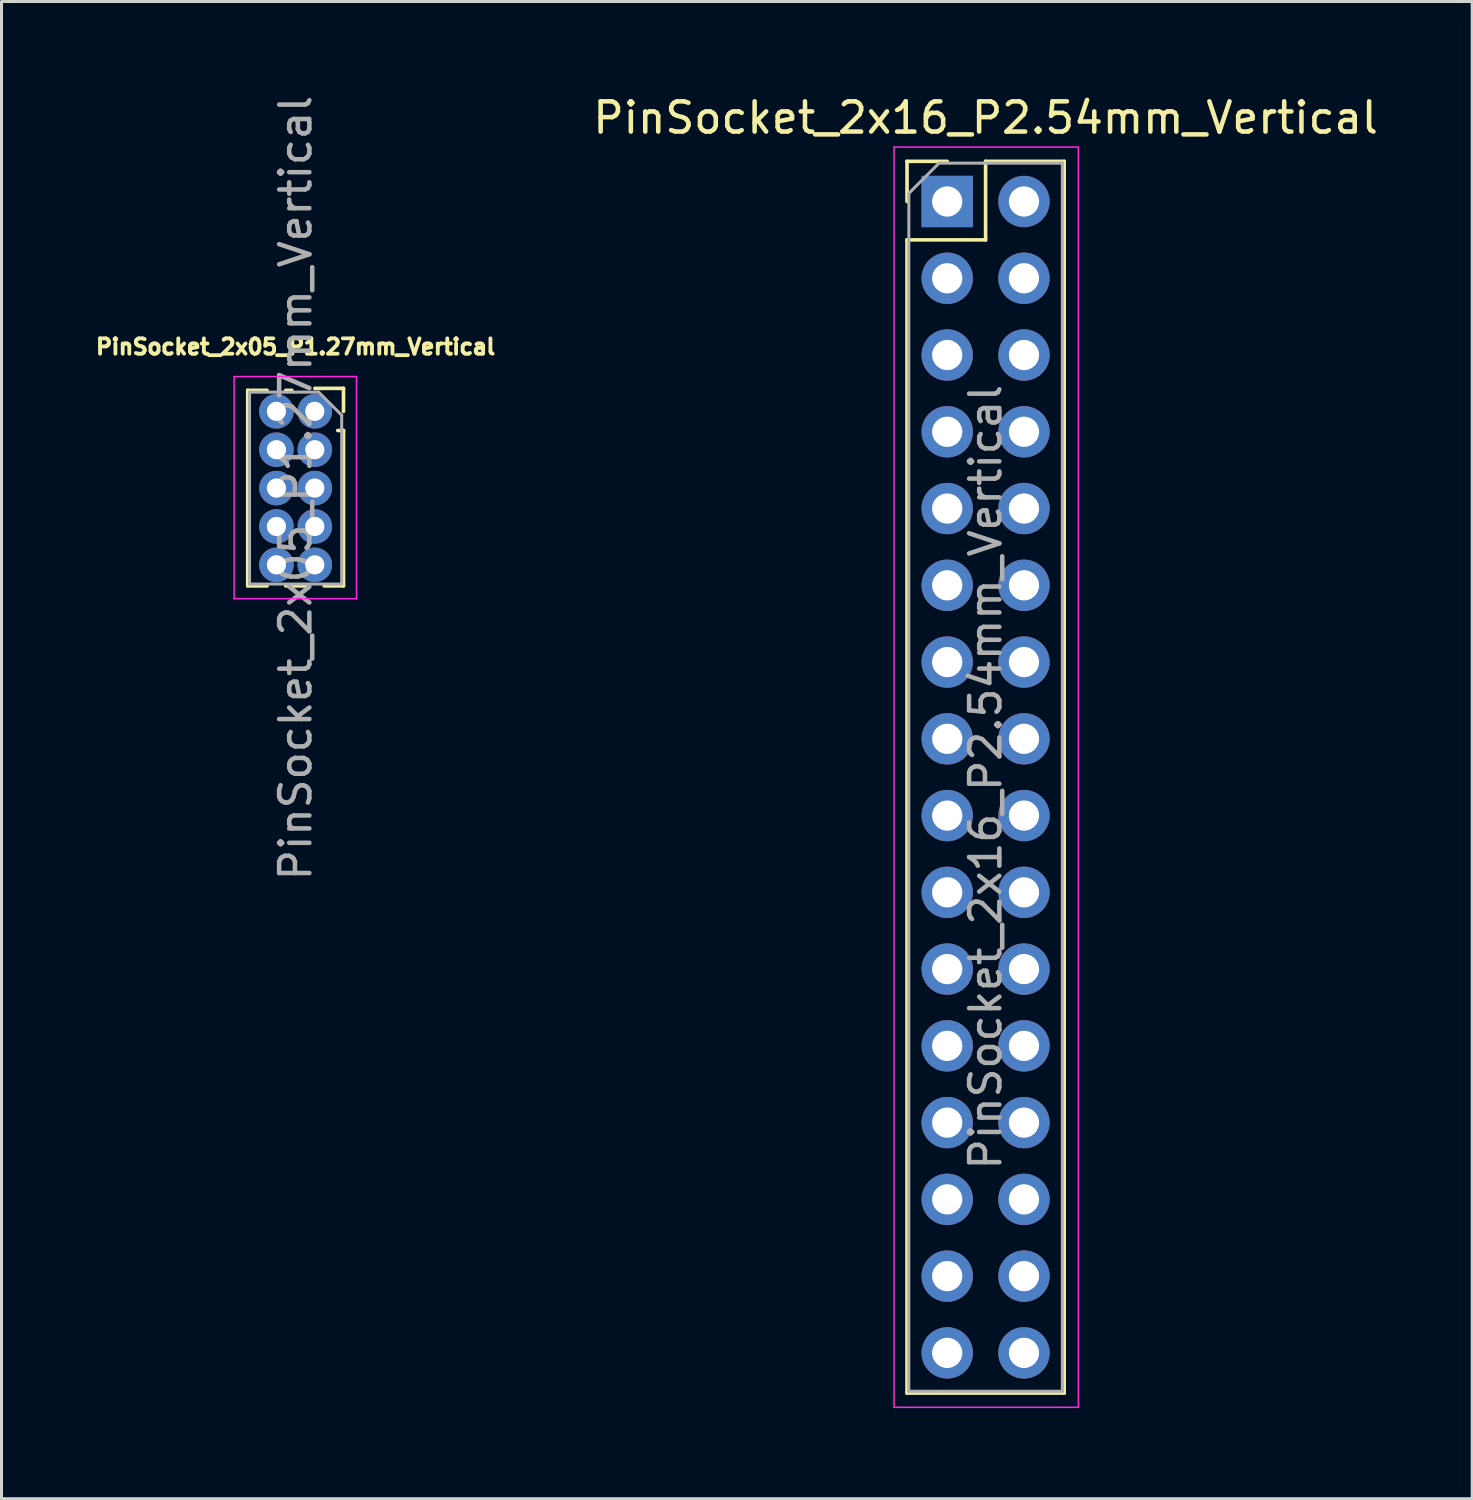
<source format=kicad_pcb>
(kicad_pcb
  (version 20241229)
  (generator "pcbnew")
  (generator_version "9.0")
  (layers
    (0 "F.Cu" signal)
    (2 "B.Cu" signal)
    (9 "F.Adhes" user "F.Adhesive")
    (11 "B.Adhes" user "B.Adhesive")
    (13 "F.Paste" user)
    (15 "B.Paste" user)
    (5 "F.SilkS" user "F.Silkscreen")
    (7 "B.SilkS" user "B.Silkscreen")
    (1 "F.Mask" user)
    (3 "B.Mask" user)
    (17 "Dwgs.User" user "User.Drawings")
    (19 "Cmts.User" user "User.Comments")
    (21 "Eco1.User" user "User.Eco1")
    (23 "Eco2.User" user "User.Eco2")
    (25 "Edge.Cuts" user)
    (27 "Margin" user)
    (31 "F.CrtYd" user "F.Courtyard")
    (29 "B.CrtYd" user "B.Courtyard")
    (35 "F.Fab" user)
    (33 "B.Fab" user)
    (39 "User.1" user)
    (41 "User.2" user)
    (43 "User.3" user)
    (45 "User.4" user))
  (footprint "PinSocket_2x05_P1.27mm_Vertical"
    (layer "F.Cu")
    (at 7.367 10.561)
    (property "Reference" "PinSocket_2x05_P1.27mm_Vertical" (at -0.635 -2.135 0) (layer "F.SilkS") (effects (font (size 0.508 0.508) (thickness 0.127))))
    (attr through_hole)
    (fp_line (start -2.22 -0.695) (end -2.22 5.775) (stroke (width 0.12) (type solid)) (layer "F.SilkS"))
    (fp_line (start -2.22 -0.695) (end -1.578 -0.695) (stroke (width 0.12) (type solid)) (layer "F.SilkS"))
    (fp_line (start -2.22 5.775) (end -1.578 5.775) (stroke (width 0.12) (type solid)) (layer "F.SilkS"))
    (fp_line (start -0.962 -0.695) (end -0.76 -0.695) (stroke (width 0.12) (type solid)) (layer "F.SilkS"))
    (fp_line (start -0.962 5.775) (end -0.308 5.775) (stroke (width 0.12) (type solid)) (layer "F.SilkS"))
    (fp_line (start 0 -0.76) (end 0.95 -0.76) (stroke (width 0.12) (type solid)) (layer "F.SilkS"))
    (fp_line (start 0.308 5.775) (end 0.95 5.775) (stroke (width 0.12) (type solid)) (layer "F.SilkS"))
    (fp_line (start 0.76 0.635) (end 0.95 0.635) (stroke (width 0.12) (type solid)) (layer "F.SilkS"))
    (fp_line (start 0.95 -0.76) (end 0.95 0) (stroke (width 0.12) (type solid)) (layer "F.SilkS"))
    (fp_line (start 0.95 0.635) (end 0.95 5.775) (stroke (width 0.12) (type solid)) (layer "F.SilkS"))
    (fp_line (start -2.67 -1.15) (end 1.38 -1.15) (stroke (width 0.05) (type solid)) (layer "F.CrtYd"))
    (fp_line (start -2.67 6.2) (end -2.67 -1.15) (stroke (width 0.05) (type solid)) (layer "F.CrtYd"))
    (fp_line (start 1.38 -1.15) (end 1.38 6.2) (stroke (width 0.05) (type solid)) (layer "F.CrtYd"))
    (fp_line (start 1.38 6.2) (end -2.67 6.2) (stroke (width 0.05) (type solid)) (layer "F.CrtYd"))
    (fp_line (start -2.16 -0.635) (end 0.128 -0.635) (stroke (width 0.1) (type solid)) (layer "F.Fab"))
    (fp_line (start -2.16 5.715) (end -2.16 -0.635) (stroke (width 0.1) (type solid)) (layer "F.Fab"))
    (fp_line (start 0.128 -0.635) (end 0.89 0.128) (stroke (width 0.1) (type solid)) (layer "F.Fab"))
    (fp_line (start 0.89 0.128) (end 0.89 5.715) (stroke (width 0.1) (type solid)) (layer "F.Fab"))
    (fp_line (start 0.89 5.715) (end -2.16 5.715) (stroke (width 0.1) (type solid)) (layer "F.Fab"))
    (fp_text user "${REFERENCE}" (at -0.635 2.54 90) (layer "F.Fab") (effects (font (size 1 1) (thickness 0.15))))
    (pad "1" thru_hole circle (at 0 0) (size 1.143 1.143) (drill 0.635) (layers "*.Cu" "*.Mask"))
    (pad "2" thru_hole circle (at -1.27 0) (size 1.143 1.143) (drill 0.635) (layers "*.Cu" "*.Mask"))
    (pad "3" thru_hole circle (at 0 1.27) (size 1.143 1.143) (drill 0.635) (layers "*.Cu" "*.Mask"))
    (pad "4" thru_hole circle (at -1.27 1.27) (size 1.143 1.143) (drill 0.635) (layers "*.Cu" "*.Mask"))
    (pad "5" thru_hole circle (at 0 2.54) (size 1.143 1.143) (drill 0.635) (layers "*.Cu" "*.Mask"))
    (pad "6" thru_hole circle (at -1.27 2.54) (size 1.143 1.143) (drill 0.635) (layers "*.Cu" "*.Mask"))
    (pad "7" thru_hole circle (at 0 3.81) (size 1.143 1.143) (drill 0.635) (layers "*.Cu" "*.Mask"))
    (pad "8" thru_hole circle (at -1.27 3.81) (size 1.143 1.143) (drill 0.635) (layers "*.Cu" "*.Mask"))
    (pad "9" thru_hole circle (at 0 5.08) (size 1.143 1.143) (drill 0.635) (layers "*.Cu" "*.Mask"))
    (pad "10" thru_hole circle (at -1.27 5.08) (size 1.143 1.143) (drill 0.635) (layers "*.Cu" "*.Mask")))
  (footprint "PinSocket_2x16_P2.54mm_Vertical"
    (layer "F.Cu")
    (at 30.834 3.618)
    (property "Reference" "PinSocket_2x16_P2.54mm_Vertical" (at -1.27 -2.77 0) (layer "F.SilkS") (effects (font (size 1 1) (thickness 0.15))))
    (attr through_hole)
    (fp_line (start -3.87 -1.33) (end -3.87 0) (stroke (width 0.12) (type solid)) (layer "F.SilkS"))
    (fp_line (start -3.87 1.27) (end -3.87 39.43) (stroke (width 0.12) (type solid)) (layer "F.SilkS"))
    (fp_line (start -2.54 -1.33) (end -3.87 -1.33) (stroke (width 0.12) (type solid)) (layer "F.SilkS"))
    (fp_line (start -1.27 -1.33) (end -1.27 1.27) (stroke (width 0.12) (type solid)) (layer "F.SilkS"))
    (fp_line (start -1.27 1.27) (end -3.87 1.27) (stroke (width 0.12) (type solid)) (layer "F.SilkS"))
    (fp_line (start 1.33 -1.33) (end -1.27 -1.33) (stroke (width 0.12) (type solid)) (layer "F.SilkS"))
    (fp_line (start 1.33 -1.33) (end 1.33 39.43) (stroke (width 0.12) (type solid)) (layer "F.SilkS"))
    (fp_line (start 1.33 39.43) (end -3.87 39.43) (stroke (width 0.12) (type solid)) (layer "F.SilkS"))
    (fp_line (start -4.3 -1.8) (end -4.3 39.9) (stroke (width 0.05) (type solid)) (layer "F.CrtYd"))
    (fp_line (start -4.3 39.9) (end 1.8 39.9) (stroke (width 0.05) (type solid)) (layer "F.CrtYd"))
    (fp_line (start 1.8 -1.8) (end -4.3 -1.8) (stroke (width 0.05) (type solid)) (layer "F.CrtYd"))
    (fp_line (start 1.8 39.9) (end 1.8 -1.8) (stroke (width 0.05) (type solid)) (layer "F.CrtYd"))
    (fp_line (start -3.81 -0.27) (end -3.81 39.37) (stroke (width 0.1) (type solid)) (layer "F.Fab"))
    (fp_line (start -3.81 39.37) (end 1.27 39.37) (stroke (width 0.1) (type solid)) (layer "F.Fab"))
    (fp_line (start -2.81 -1.27) (end -3.81 -0.27) (stroke (width 0.1) (type solid)) (layer "F.Fab"))
    (fp_line (start 1.27 -1.27) (end -2.81 -1.27) (stroke (width 0.1) (type solid)) (layer "F.Fab"))
    (fp_line (start 1.27 39.37) (end 1.27 -1.27) (stroke (width 0.1) (type solid)) (layer "F.Fab"))
    (fp_text user "${REFERENCE}" (at -1.27 19.05 90) (layer "F.Fab") (effects (font (size 1 1) (thickness 0.15))))
    (pad "1" thru_hole rect (at -2.54 0) (size 1.7 1.7) (drill 1) (layers "*.Cu" "*.Mask"))
    (pad "2" thru_hole oval (at -2.54 2.54) (size 1.7 1.7) (drill 1) (layers "*.Cu" "*.Mask"))
    (pad "3" thru_hole oval (at -2.54 5.08) (size 1.7 1.7) (drill 1) (layers "*.Cu" "*.Mask"))
    (pad "4" thru_hole oval (at -2.54 7.62) (size 1.7 1.7) (drill 1) (layers "*.Cu" "*.Mask"))
    (pad "5" thru_hole oval (at -2.54 10.16) (size 1.7 1.7) (drill 1) (layers "*.Cu" "*.Mask"))
    (pad "6" thru_hole oval (at -2.54 12.7) (size 1.7 1.7) (drill 1) (layers "*.Cu" "*.Mask"))
    (pad "7" thru_hole oval (at -2.54 15.24) (size 1.7 1.7) (drill 1) (layers "*.Cu" "*.Mask"))
    (pad "8" thru_hole oval (at -2.54 17.78) (size 1.7 1.7) (drill 1) (layers "*.Cu" "*.Mask"))
    (pad "9" thru_hole oval (at -2.54 20.32) (size 1.7 1.7) (drill 1) (layers "*.Cu" "*.Mask"))
    (pad "10" thru_hole oval (at -2.54 22.86) (size 1.7 1.7) (drill 1) (layers "*.Cu" "*.Mask"))
    (pad "11" thru_hole oval (at -2.54 25.4) (size 1.7 1.7) (drill 1) (layers "*.Cu" "*.Mask"))
    (pad "12" thru_hole oval (at -2.54 27.94) (size 1.7 1.7) (drill 1) (layers "*.Cu" "*.Mask"))
    (pad "13" thru_hole oval (at -2.54 30.48) (size 1.7 1.7) (drill 1) (layers "*.Cu" "*.Mask"))
    (pad "14" thru_hole oval (at -2.54 33.02) (size 1.7 1.7) (drill 1) (layers "*.Cu" "*.Mask"))
    (pad "15" thru_hole oval (at -2.54 35.56) (size 1.7 1.7) (drill 1) (layers "*.Cu" "*.Mask"))
    (pad "16" thru_hole oval (at -2.54 38.1) (size 1.7 1.7) (drill 1) (layers "*.Cu" "*.Mask"))
    (pad "17" thru_hole oval (at 0 38.1) (size 1.7 1.7) (drill 1) (layers "*.Cu" "*.Mask"))
    (pad "18" thru_hole oval (at 0 35.56) (size 1.7 1.7) (drill 1) (layers "*.Cu" "*.Mask"))
    (pad "19" thru_hole oval (at 0 33.02) (size 1.7 1.7) (drill 1) (layers "*.Cu" "*.Mask"))
    (pad "20" thru_hole oval (at 0 30.48) (size 1.7 1.7) (drill 1) (layers "*.Cu" "*.Mask"))
    (pad "21" thru_hole oval (at 0 27.94) (size 1.7 1.7) (drill 1) (layers "*.Cu" "*.Mask"))
    (pad "22" thru_hole oval (at 0 25.4) (size 1.7 1.7) (drill 1) (layers "*.Cu" "*.Mask"))
    (pad "23" thru_hole oval (at 0 22.86) (size 1.7 1.7) (drill 1) (layers "*.Cu" "*.Mask"))
    (pad "24" thru_hole oval (at 0 20.32) (size 1.7 1.7) (drill 1) (layers "*.Cu" "*.Mask"))
    (pad "25" thru_hole oval (at 0 17.78) (size 1.7 1.7) (drill 1) (layers "*.Cu" "*.Mask"))
    (pad "26" thru_hole oval (at 0 15.24) (size 1.7 1.7) (drill 1) (layers "*.Cu" "*.Mask"))
    (pad "27" thru_hole oval (at 0 12.7) (size 1.7 1.7) (drill 1) (layers "*.Cu" "*.Mask"))
    (pad "28" thru_hole oval (at 0 10.16) (size 1.7 1.7) (drill 1) (layers "*.Cu" "*.Mask"))
    (pad "29" thru_hole oval (at 0 7.62) (size 1.7 1.7) (drill 1) (layers "*.Cu" "*.Mask"))
    (pad "30" thru_hole oval (at 0 5.08) (size 1.7 1.7) (drill 1) (layers "*.Cu" "*.Mask"))
    (pad "31" thru_hole oval (at 0 2.54) (size 1.7 1.7) (drill 1) (layers "*.Cu" "*.Mask"))
    (pad "32" thru_hole oval (at 0 0) (size 1.7 1.7) (drill 1) (layers "*.Cu" "*.Mask")))
  (gr_rect
    (start -3 -3)
    (end 45.666 46.543)
    (stroke (width 0.1) (type default))
    (fill no)
    (layer "Edge.Cuts")))
</source>
